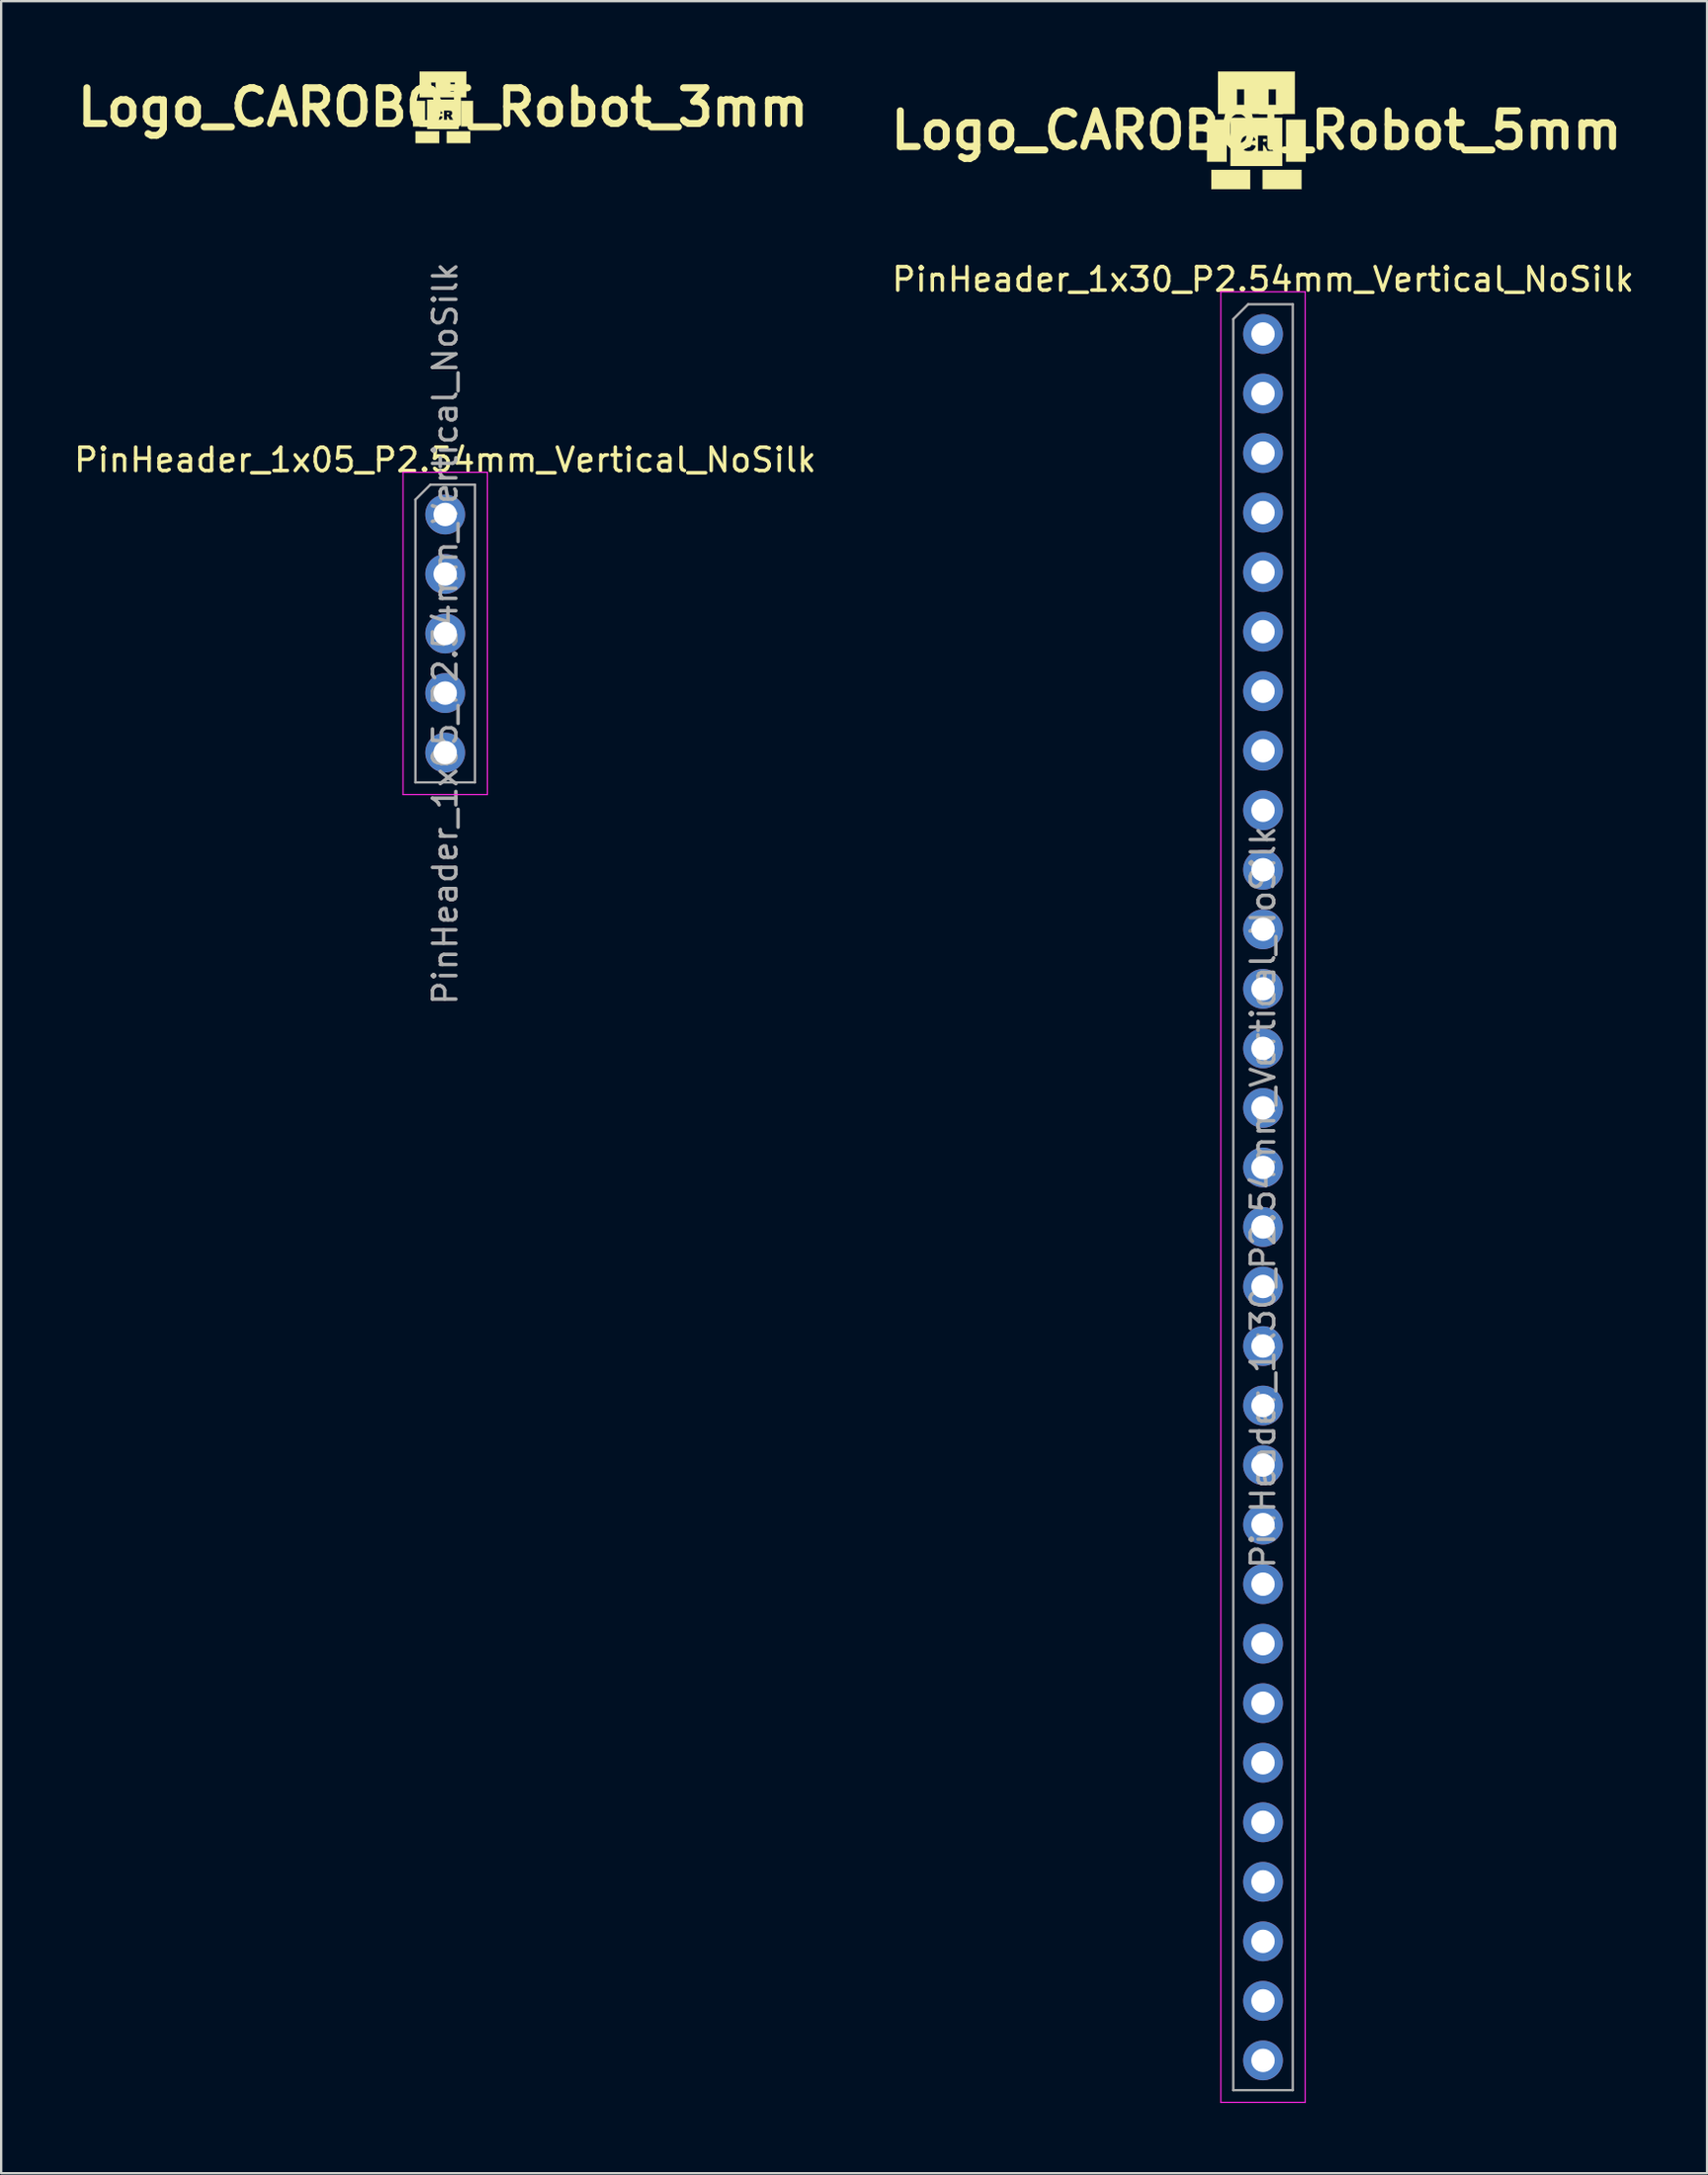
<source format=kicad_pcb>
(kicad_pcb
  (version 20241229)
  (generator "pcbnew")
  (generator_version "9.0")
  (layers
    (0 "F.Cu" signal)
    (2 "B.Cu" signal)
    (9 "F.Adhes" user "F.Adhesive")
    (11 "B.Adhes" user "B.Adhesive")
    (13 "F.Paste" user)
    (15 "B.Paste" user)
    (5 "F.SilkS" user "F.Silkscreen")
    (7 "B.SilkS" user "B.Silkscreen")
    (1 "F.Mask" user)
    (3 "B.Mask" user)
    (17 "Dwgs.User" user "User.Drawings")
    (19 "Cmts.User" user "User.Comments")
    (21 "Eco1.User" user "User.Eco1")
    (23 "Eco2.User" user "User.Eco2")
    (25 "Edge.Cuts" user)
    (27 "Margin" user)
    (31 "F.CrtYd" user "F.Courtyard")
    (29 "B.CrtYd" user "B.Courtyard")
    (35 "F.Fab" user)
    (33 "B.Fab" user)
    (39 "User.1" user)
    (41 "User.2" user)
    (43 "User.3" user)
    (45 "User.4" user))
  (footprint "PinHeader_1x05_P2.54mm_Vertical_NoSilk"
    (layer "F.Cu")
    (at 15.958 18.901)
    (property "Reference" "PinHeader_1x05_P2.54mm_Vertical_NoSilk" (at 0 -2.33 0) (layer "F.SilkS") (effects (font (size 1 1) (thickness 0.15))))
    (attr through_hole)
    (fp_line (start -1.8 -1.8) (end -1.8 11.95) (stroke (width 0.05) (type solid)) (layer "F.CrtYd"))
    (fp_line (start -1.8 11.95) (end 1.8 11.95) (stroke (width 0.05) (type solid)) (layer "F.CrtYd"))
    (fp_line (start 1.8 -1.8) (end -1.8 -1.8) (stroke (width 0.05) (type solid)) (layer "F.CrtYd"))
    (fp_line (start 1.8 11.95) (end 1.8 -1.8) (stroke (width 0.05) (type solid)) (layer "F.CrtYd"))
    (fp_line (start -1.27 -0.635) (end -0.635 -1.27) (stroke (width 0.1) (type solid)) (layer "F.Fab"))
    (fp_line (start -1.27 11.43) (end -1.27 -0.635) (stroke (width 0.1) (type solid)) (layer "F.Fab"))
    (fp_line (start -0.635 -1.27) (end 1.27 -1.27) (stroke (width 0.1) (type solid)) (layer "F.Fab"))
    (fp_line (start 1.27 -1.27) (end 1.27 11.43) (stroke (width 0.1) (type solid)) (layer "F.Fab"))
    (fp_line (start 1.27 11.43) (end -1.27 11.43) (stroke (width 0.1) (type solid)) (layer "F.Fab"))
    (fp_text user "${REFERENCE}" (at 0 5.08 90) (layer "F.Fab") (effects (font (size 1 1) (thickness 0.15))))
    (pad "1" thru_hole oval (at 0 0) (size 1.7 1.7) (drill 1) (layers "*.Cu" "*.Mask"))
    (pad "2" thru_hole oval (at 0 2.54) (size 1.7 1.7) (drill 1) (layers "*.Cu" "*.Mask"))
    (pad "3" thru_hole oval (at 0 5.08) (size 1.7 1.7) (drill 1) (layers "*.Cu" "*.Mask"))
    (pad "4" thru_hole oval (at 0 7.62) (size 1.7 1.7) (drill 1) (layers "*.Cu" "*.Mask"))
    (pad "5" thru_hole oval (at 0 10.16) (size 1.7 1.7) (drill 1) (layers "*.Cu" "*.Mask")))
  (footprint "Logo_CAROBOT_Robot_5mm"
    (layer "F.Cu")
    (at 50.593 2.512)
    (property "Reference" "Logo_CAROBOT_Robot_5mm" (at 0 0 0) (layer "F.SilkS") (effects (font (size 1.524 1.524) (thickness 0.3))))
    (attr through_hole)
    (fp_poly (pts (xy -1.27 1.337) (xy -2.106 1.337) (xy -2.106 -0.451) (xy -1.27 -0.451) (xy -1.27 1.337)) (stroke (width 0.01) (type solid)) (fill yes) (layer "F.SilkS"))
    (fp_poly (pts (xy -0.267 2.507) (xy -1.922 2.507) (xy -1.922 1.688) (xy -0.267 1.688) (xy -0.267 2.507)) (stroke (width 0.01) (type solid)) (fill yes) (layer "F.SilkS"))
    (fp_poly (pts (xy 1.922 2.507) (xy 0.267 2.507) (xy 0.267 1.688) (xy 1.922 1.688) (xy 1.922 2.507)) (stroke (width 0.01) (type solid)) (fill yes) (layer "F.SilkS"))
    (fp_poly (pts (xy 2.106 1.337) (xy 1.27 1.337) (xy 1.27 -0.451) (xy 2.106 -0.451) (xy 2.106 1.337)) (stroke (width 0.01) (type solid)) (fill yes) (layer "F.SilkS"))
    (fp_poly (pts (xy 0.395 0.374) (xy 0.427 0.394) (xy 0.434 0.419) (xy 0.419 0.453) (xy 0.379 0.476) (xy 0.327 0.485) (xy 0.298 0.48) (xy 0.286 0.461) (xy 0.284 0.426) (xy 0.287 0.387) (xy 0.301 0.371) (xy 0.333 0.368) (xy 0.395 0.374)) (stroke (width 0.01) (type solid)) (fill yes) (layer "F.SilkS"))
    (fp_poly (pts (xy 1.638 -0.702) (xy -1.638 -0.702) (xy -1.638 -1.755) (xy -0.836 -1.755) (xy -0.836 -1.086) (xy -0.518 -1.086) (xy -0.518 -1.755) (xy 0.518 -1.755) (xy 0.518 -1.086) (xy 0.836 -1.086) (xy 0.836 -1.755) (xy 0.518 -1.755) (xy -0.518 -1.755) (xy -0.836 -1.755) (xy -1.638 -1.755) (xy -1.638 -2.507) (xy 1.638 -2.507) (xy 1.638 -0.702)) (stroke (width 0.01) (type solid)) (fill yes) (layer "F.SilkS"))
    (fp_poly (pts (xy 1.103 1.521) (xy -1.103 1.521) (xy -1.103 0.565) (xy -0.668 0.565) (xy -0.653 0.66) (xy -0.616 0.748) (xy -0.562 0.817) (xy -0.496 0.863) (xy -0.415 0.888) (xy -0.314 0.891) (xy -0.271 0.886) (xy 0.067 0.886) (xy 0.284 0.886) (xy 0.284 0.751) (xy 0.285 0.685) (xy 0.287 0.647) (xy 0.294 0.63) (xy 0.305 0.629) (xy 0.315 0.634) (xy 0.337 0.656) (xy 0.368 0.7) (xy 0.401 0.756) (xy 0.408 0.768) (xy 0.47 0.886) (xy 0.719 0.886) (xy 0.662 0.773) (xy 0.63 0.713) (xy 0.598 0.663) (xy 0.574 0.632) (xy 0.572 0.63) (xy 0.554 0.611) (xy 0.552 0.595) (xy 0.569 0.571) (xy 0.595 0.544) (xy 0.631 0.504) (xy 0.647 0.465) (xy 0.652 0.412) (xy 0.652 0.405) (xy 0.648 0.347) (xy 0.632 0.307) (xy 0.61 0.28) (xy 0.581 0.257) (xy 0.544 0.239) (xy 0.494 0.228) (xy 0.425 0.221) (xy 0.333 0.218) (xy 0.255 0.217) (xy 0.067 0.217) (xy 0.067 0.886) (xy -0.271 0.886) (xy -0.203 0.877) (xy -0.153 0.854) (xy -0.102 0.809) (xy -0.059 0.753) (xy -0.037 0.708) (xy -0.029 0.685) (xy -0.027 0.669) (xy -0.036 0.656) (xy -0.062 0.645) (xy -0.109 0.63) (xy -0.183 0.609) (xy -0.186 0.608) (xy -0.212 0.616) (xy -0.234 0.653) (xy -0.268 0.699) (xy -0.314 0.723) (xy -0.364 0.723) (xy -0.408 0.7) (xy -0.435 0.659) (xy -0.45 0.589) (xy -0.448 0.515) (xy -0.43 0.451) (xy -0.417 0.428) (xy -0.371 0.393) (xy -0.317 0.383) (xy -0.266 0.4) (xy -0.24 0.425) (xy -0.219 0.448) (xy -0.198 0.458) (xy -0.164 0.456) (xy -0.121 0.448) (xy -0.072 0.434) (xy -0.041 0.419) (xy -0.033 0.41) (xy -0.046 0.372) (xy -0.077 0.326) (xy -0.119 0.281) (xy -0.163 0.249) (xy -0.167 0.247) (xy -0.243 0.223) (xy -0.333 0.216) (xy -0.425 0.225) (xy -0.506 0.25) (xy -0.518 0.255) (xy -0.586 0.309) (xy -0.634 0.383) (xy -0.662 0.471) (xy -0.668 0.565) (xy -1.103 0.565) (xy -1.103 -0.535) (xy 1.103 -0.535) (xy 1.103 1.521)) (stroke (width 0.01) (type solid)) (fill yes) (layer "F.SilkS")))
  (footprint "PinHeader_1x30_P2.54mm_Vertical_NoSilk"
    (layer "F.Cu")
    (at 50.875 11.201)
    (property "Reference" "PinHeader_1x30_P2.54mm_Vertical_NoSilk" (at 0 -2.33 0) (layer "F.SilkS") (effects (font (size 1 1) (thickness 0.15))))
    (attr through_hole)
    (fp_line (start -1.8 -1.8) (end -1.8 75.45) (stroke (width 0.05) (type solid)) (layer "F.CrtYd"))
    (fp_line (start -1.8 75.45) (end 1.8 75.45) (stroke (width 0.05) (type solid)) (layer "F.CrtYd"))
    (fp_line (start 1.8 -1.8) (end -1.8 -1.8) (stroke (width 0.05) (type solid)) (layer "F.CrtYd"))
    (fp_line (start 1.8 75.45) (end 1.8 -1.8) (stroke (width 0.05) (type solid)) (layer "F.CrtYd"))
    (fp_line (start -1.27 -0.635) (end -0.635 -1.27) (stroke (width 0.1) (type solid)) (layer "F.Fab"))
    (fp_line (start -1.27 74.93) (end -1.27 -0.635) (stroke (width 0.1) (type solid)) (layer "F.Fab"))
    (fp_line (start -0.635 -1.27) (end 1.27 -1.27) (stroke (width 0.1) (type solid)) (layer "F.Fab"))
    (fp_line (start 1.27 -1.27) (end 1.27 74.93) (stroke (width 0.1) (type solid)) (layer "F.Fab"))
    (fp_line (start 1.27 74.93) (end -1.27 74.93) (stroke (width 0.1) (type solid)) (layer "F.Fab"))
    (fp_text user "${REFERENCE}" (at 0 36.83 90) (layer "F.Fab") (effects (font (size 1 1) (thickness 0.15))))
    (pad "1" thru_hole oval (at 0 0) (size 1.7 1.7) (drill 1) (layers "*.Cu" "*.Mask"))
    (pad "2" thru_hole oval (at 0 2.54) (size 1.7 1.7) (drill 1) (layers "*.Cu" "*.Mask"))
    (pad "3" thru_hole oval (at 0 5.08) (size 1.7 1.7) (drill 1) (layers "*.Cu" "*.Mask"))
    (pad "4" thru_hole oval (at 0 7.62) (size 1.7 1.7) (drill 1) (layers "*.Cu" "*.Mask"))
    (pad "5" thru_hole oval (at 0 10.16) (size 1.7 1.7) (drill 1) (layers "*.Cu" "*.Mask"))
    (pad "6" thru_hole oval (at 0 12.7) (size 1.7 1.7) (drill 1) (layers "*.Cu" "*.Mask"))
    (pad "7" thru_hole oval (at 0 15.24) (size 1.7 1.7) (drill 1) (layers "*.Cu" "*.Mask"))
    (pad "8" thru_hole oval (at 0 17.78) (size 1.7 1.7) (drill 1) (layers "*.Cu" "*.Mask"))
    (pad "9" thru_hole oval (at 0 20.32) (size 1.7 1.7) (drill 1) (layers "*.Cu" "*.Mask"))
    (pad "10" thru_hole oval (at 0 22.86) (size 1.7 1.7) (drill 1) (layers "*.Cu" "*.Mask"))
    (pad "11" thru_hole oval (at 0 25.4) (size 1.7 1.7) (drill 1) (layers "*.Cu" "*.Mask"))
    (pad "12" thru_hole oval (at 0 27.94) (size 1.7 1.7) (drill 1) (layers "*.Cu" "*.Mask"))
    (pad "13" thru_hole oval (at 0 30.48) (size 1.7 1.7) (drill 1) (layers "*.Cu" "*.Mask"))
    (pad "14" thru_hole oval (at 0 33.02) (size 1.7 1.7) (drill 1) (layers "*.Cu" "*.Mask"))
    (pad "15" thru_hole oval (at 0 35.56) (size 1.7 1.7) (drill 1) (layers "*.Cu" "*.Mask"))
    (pad "16" thru_hole oval (at 0 38.1) (size 1.7 1.7) (drill 1) (layers "*.Cu" "*.Mask"))
    (pad "17" thru_hole oval (at 0 40.64) (size 1.7 1.7) (drill 1) (layers "*.Cu" "*.Mask"))
    (pad "18" thru_hole oval (at 0 43.18) (size 1.7 1.7) (drill 1) (layers "*.Cu" "*.Mask"))
    (pad "19" thru_hole oval (at 0 45.72) (size 1.7 1.7) (drill 1) (layers "*.Cu" "*.Mask"))
    (pad "20" thru_hole oval (at 0 48.26) (size 1.7 1.7) (drill 1) (layers "*.Cu" "*.Mask"))
    (pad "21" thru_hole oval (at 0 50.8) (size 1.7 1.7) (drill 1) (layers "*.Cu" "*.Mask"))
    (pad "22" thru_hole oval (at 0 53.34) (size 1.7 1.7) (drill 1) (layers "*.Cu" "*.Mask"))
    (pad "23" thru_hole oval (at 0 55.88) (size 1.7 1.7) (drill 1) (layers "*.Cu" "*.Mask"))
    (pad "24" thru_hole oval (at 0 58.42) (size 1.7 1.7) (drill 1) (layers "*.Cu" "*.Mask"))
    (pad "25" thru_hole oval (at 0 60.96) (size 1.7 1.7) (drill 1) (layers "*.Cu" "*.Mask"))
    (pad "26" thru_hole oval (at 0 63.5) (size 1.7 1.7) (drill 1) (layers "*.Cu" "*.Mask"))
    (pad "27" thru_hole oval (at 0 66.04) (size 1.7 1.7) (drill 1) (layers "*.Cu" "*.Mask"))
    (pad "28" thru_hole oval (at 0 68.58) (size 1.7 1.7) (drill 1) (layers "*.Cu" "*.Mask"))
    (pad "29" thru_hole oval (at 0 71.12) (size 1.7 1.7) (drill 1) (layers "*.Cu" "*.Mask"))
    (pad "30" thru_hole oval (at 0 73.66) (size 1.7 1.7) (drill 1) (layers "*.Cu" "*.Mask")))
  (footprint "Logo_CAROBOT_Robot_3mm"
    (layer "F.Cu")
    (at 15.864 1.529)
    (property "Reference" "Logo_CAROBOT_Robot_3mm" (at 0 0 0) (layer "F.SilkS") (effects (font (size 1.524 1.524) (thickness 0.3))))
    (attr through_hole)
    (fp_poly (pts (xy -0.772 0.813) (xy -1.28 0.813) (xy -1.28 -0.274) (xy -0.772 -0.274) (xy -0.772 0.813)) (stroke (width 0.01) (type solid)) (fill yes) (layer "F.SilkS"))
    (fp_poly (pts (xy -0.163 1.524) (xy -1.168 1.524) (xy -1.168 1.026) (xy -0.163 1.026) (xy -0.163 1.524)) (stroke (width 0.01) (type solid)) (fill yes) (layer "F.SilkS"))
    (fp_poly (pts (xy 1.168 1.524) (xy 0.163 1.524) (xy 0.163 1.026) (xy 1.168 1.026) (xy 1.168 1.524)) (stroke (width 0.01) (type solid)) (fill yes) (layer "F.SilkS"))
    (fp_poly (pts (xy 1.28 0.813) (xy 0.772 0.813) (xy 0.772 -0.274) (xy 1.28 -0.274) (xy 1.28 0.813)) (stroke (width 0.01) (type solid)) (fill yes) (layer "F.SilkS"))
    (fp_poly (pts (xy 0.24 0.227) (xy 0.26 0.24) (xy 0.264 0.255) (xy 0.255 0.275) (xy 0.231 0.29) (xy 0.199 0.295) (xy 0.181 0.292) (xy 0.174 0.28) (xy 0.173 0.259) (xy 0.174 0.235) (xy 0.183 0.225) (xy 0.202 0.224) (xy 0.24 0.227)) (stroke (width 0.01) (type solid)) (fill yes) (layer "F.SilkS"))
    (fp_poly (pts (xy 0.996 -0.427) (xy -0.996 -0.427) (xy -0.996 -1.067) (xy -0.508 -1.067) (xy -0.508 -0.66) (xy -0.315 -0.66) (xy -0.315 -1.067) (xy 0.315 -1.067) (xy 0.315 -0.66) (xy 0.508 -0.66) (xy 0.508 -1.067) (xy 0.315 -1.067) (xy -0.315 -1.067) (xy -0.508 -1.067) (xy -0.996 -1.067) (xy -0.996 -1.524) (xy 0.996 -1.524) (xy 0.996 -0.427)) (stroke (width 0.01) (type solid)) (fill yes) (layer "F.SilkS"))
    (fp_poly (pts (xy 0.671 0.925) (xy -0.671 0.925) (xy -0.671 0.344) (xy -0.406 0.344) (xy -0.397 0.401) (xy -0.374 0.455) (xy -0.342 0.497) (xy -0.301 0.525) (xy -0.252 0.54) (xy -0.191 0.542) (xy -0.165 0.538) (xy 0.041 0.538) (xy 0.173 0.538) (xy 0.173 0.457) (xy 0.173 0.417) (xy 0.175 0.393) (xy 0.178 0.383) (xy 0.185 0.382) (xy 0.192 0.385) (xy 0.205 0.399) (xy 0.224 0.425) (xy 0.244 0.46) (xy 0.248 0.467) (xy 0.286 0.538) (xy 0.437 0.538) (xy 0.403 0.47) (xy 0.383 0.434) (xy 0.364 0.403) (xy 0.349 0.384) (xy 0.348 0.383) (xy 0.337 0.372) (xy 0.335 0.362) (xy 0.346 0.347) (xy 0.362 0.331) (xy 0.384 0.306) (xy 0.394 0.283) (xy 0.396 0.251) (xy 0.396 0.246) (xy 0.394 0.211) (xy 0.384 0.186) (xy 0.371 0.17) (xy 0.353 0.156) (xy 0.331 0.146) (xy 0.3 0.139) (xy 0.259 0.134) (xy 0.202 0.133) (xy 0.155 0.132) (xy 0.041 0.132) (xy 0.041 0.538) (xy -0.165 0.538) (xy -0.123 0.533) (xy -0.093 0.519) (xy -0.062 0.492) (xy -0.036 0.458) (xy -0.023 0.431) (xy -0.018 0.416) (xy -0.017 0.406) (xy -0.022 0.399) (xy -0.038 0.392) (xy -0.066 0.383) (xy -0.111 0.37) (xy -0.113 0.37) (xy -0.129 0.375) (xy -0.142 0.397) (xy -0.163 0.425) (xy -0.191 0.44) (xy -0.221 0.44) (xy -0.248 0.425) (xy -0.264 0.401) (xy -0.274 0.358) (xy -0.273 0.313) (xy -0.262 0.274) (xy -0.253 0.26) (xy -0.225 0.239) (xy -0.193 0.233) (xy -0.162 0.243) (xy -0.146 0.258) (xy -0.133 0.273) (xy -0.12 0.278) (xy -0.1 0.277) (xy -0.074 0.272) (xy -0.044 0.264) (xy -0.025 0.255) (xy -0.02 0.249) (xy -0.028 0.226) (xy -0.047 0.198) (xy -0.072 0.171) (xy -0.099 0.151) (xy -0.102 0.15) (xy -0.147 0.136) (xy -0.202 0.131) (xy -0.259 0.137) (xy -0.308 0.152) (xy -0.315 0.155) (xy -0.356 0.188) (xy -0.386 0.233) (xy -0.402 0.286) (xy -0.406 0.344) (xy -0.671 0.344) (xy -0.671 -0.325) (xy 0.671 -0.325) (xy 0.671 0.925)) (stroke (width 0.01) (type solid)) (fill yes) (layer "F.SilkS")))
  (gr_rect
    (start -3 -3)
    (end 69.833 89.676)
    (stroke (width 0.1) (type default))
    (fill no)
    (layer "Edge.Cuts")))
</source>
